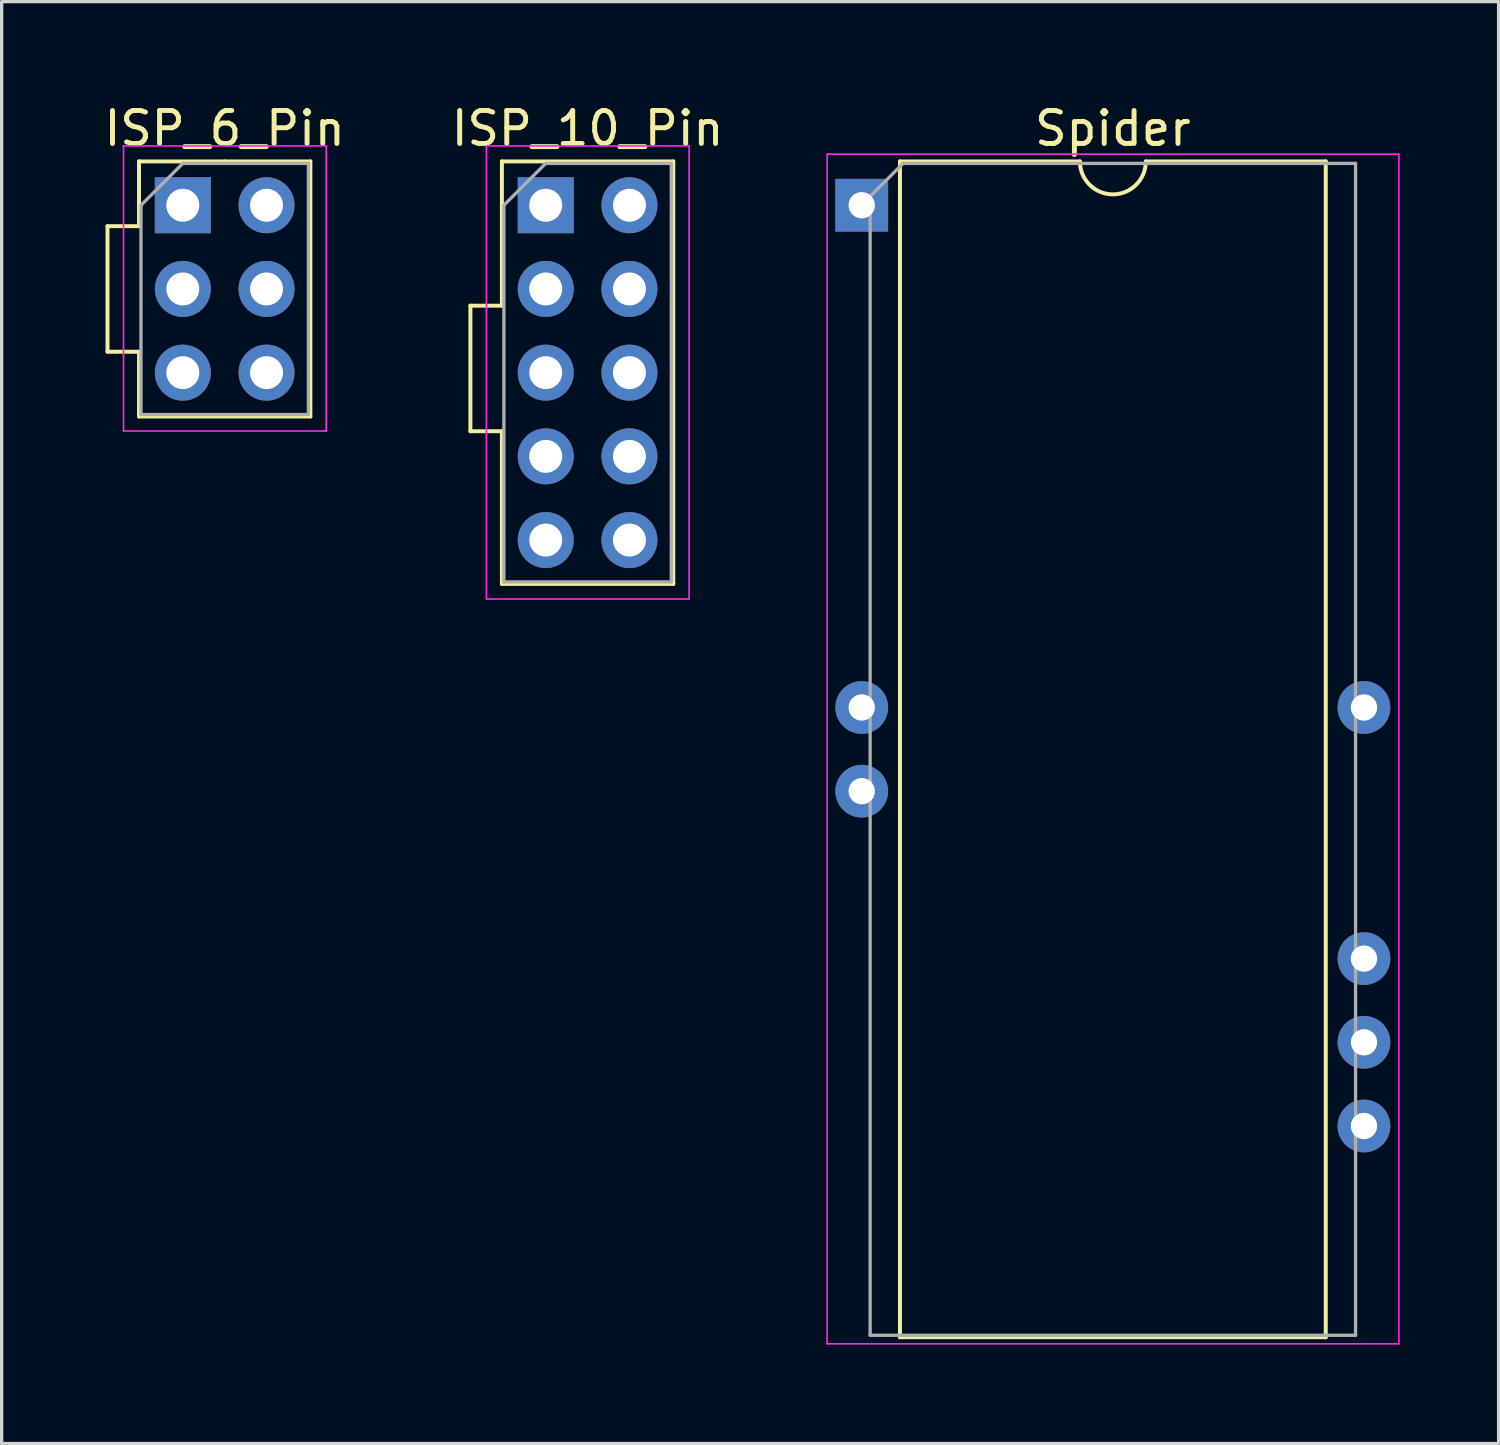
<source format=kicad_pcb>
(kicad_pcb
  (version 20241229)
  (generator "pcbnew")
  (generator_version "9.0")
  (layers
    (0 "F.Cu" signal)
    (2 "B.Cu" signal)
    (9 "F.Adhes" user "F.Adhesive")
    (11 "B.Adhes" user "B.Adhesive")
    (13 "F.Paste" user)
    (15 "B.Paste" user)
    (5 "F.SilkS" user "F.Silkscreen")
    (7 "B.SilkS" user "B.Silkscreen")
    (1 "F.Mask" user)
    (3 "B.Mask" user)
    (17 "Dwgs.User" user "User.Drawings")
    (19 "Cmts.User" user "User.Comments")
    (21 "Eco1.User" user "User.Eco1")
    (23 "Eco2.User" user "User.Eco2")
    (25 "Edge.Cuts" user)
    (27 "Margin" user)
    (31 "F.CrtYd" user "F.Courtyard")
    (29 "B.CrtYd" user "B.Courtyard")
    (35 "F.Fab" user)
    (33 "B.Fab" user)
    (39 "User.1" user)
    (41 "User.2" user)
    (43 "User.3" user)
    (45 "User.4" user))
  (footprint "Spider"
    (layer "F.Cu")
    (at 23.099 3.178)
    (property "Reference" "Spider" (at 7.62 -2.33 0) (layer "F.SilkS") (effects (font (size 1 1) (thickness 0.15))))
    (attr through_hole)
    (fp_line (start 1.16 -1.33) (end 1.16 34.35) (stroke (width 0.12) (type solid)) (layer "F.SilkS"))
    (fp_line (start 1.16 34.35) (end 14.08 34.35) (stroke (width 0.12) (type solid)) (layer "F.SilkS"))
    (fp_line (start 6.62 -1.33) (end 1.16 -1.33) (stroke (width 0.12) (type solid)) (layer "F.SilkS"))
    (fp_line (start 14.08 -1.33) (end 8.62 -1.33) (stroke (width 0.12) (type solid)) (layer "F.SilkS"))
    (fp_line (start 14.08 34.35) (end 14.08 -1.33) (stroke (width 0.12) (type solid)) (layer "F.SilkS"))
    (fp_arc (start 8.62 -1.33) (mid 7.62 -0.33) (end 6.62 -1.33) (stroke (width 0.12) (type solid)) (layer "F.SilkS"))
    (fp_line (start -1.05 -1.55) (end -1.05 34.55) (stroke (width 0.05) (type solid)) (layer "F.CrtYd"))
    (fp_line (start -1.05 34.55) (end 16.3 34.55) (stroke (width 0.05) (type solid)) (layer "F.CrtYd"))
    (fp_line (start 16.3 -1.55) (end -1.05 -1.55) (stroke (width 0.05) (type solid)) (layer "F.CrtYd"))
    (fp_line (start 16.3 34.55) (end 16.3 -1.55) (stroke (width 0.05) (type solid)) (layer "F.CrtYd"))
    (fp_line (start 0.255 -0.27) (end 1.255 -1.27) (stroke (width 0.1) (type solid)) (layer "F.Fab"))
    (fp_line (start 0.255 34.29) (end 0.255 -0.27) (stroke (width 0.1) (type solid)) (layer "F.Fab"))
    (fp_line (start 1.255 -1.27) (end 14.985 -1.27) (stroke (width 0.1) (type solid)) (layer "F.Fab"))
    (fp_line (start 14.985 -1.27) (end 14.985 34.29) (stroke (width 0.1) (type solid)) (layer "F.Fab"))
    (fp_line (start 14.985 34.29) (end 0.255 34.29) (stroke (width 0.1) (type solid)) (layer "F.Fab"))
    (pad "1" thru_hole rect (at 0 0) (size 1.6 1.6) (drill 0.8) (layers "*.Cu" "*.Mask"))
    (pad "7" thru_hole oval (at 0 15.24) (size 1.6 1.6) (drill 0.8) (layers "*.Cu" "*.Mask"))
    (pad "8" thru_hole oval (at 0 17.78) (size 1.6 1.6) (drill 0.8) (layers "*.Cu" "*.Mask"))
    (pad "17" thru_hole oval (at 15.24 27.94) (size 1.6 1.6) (drill 0.8) (layers "*.Cu" "*.Mask"))
    (pad "18" thru_hole oval (at 15.24 25.4) (size 1.6 1.6) (drill 0.8) (layers "*.Cu" "*.Mask"))
    (pad "19" thru_hole oval (at 15.24 22.86) (size 1.6 1.6) (drill 0.8) (layers "*.Cu" "*.Mask"))
    (pad "22" thru_hole oval (at 15.24 15.24) (size 1.6 1.6) (drill 0.8) (layers "*.Cu" "*.Mask")))
  (footprint "ISP_10_Pin"
    (layer "F.Cu")
    (at 13.51 3.178)
    (property "Reference" "ISP_10_Pin" (at 1.27 -2.33 0) (layer "F.SilkS") (effects (font (size 1 1) (thickness 0.15))))
    (attr through_hole)
    (fp_line (start -2.286 3.048) (end -2.286 6.858) (stroke (width 0.12) (type solid)) (layer "F.SilkS"))
    (fp_line (start -2.286 3.048) (end -1.33 3.048) (stroke (width 0.12) (type solid)) (layer "F.SilkS"))
    (fp_line (start -2.286 6.858) (end -1.33 6.858) (stroke (width 0.12) (type solid)) (layer "F.SilkS"))
    (fp_line (start -1.33 -1.33) (end -1.33 3.048) (stroke (width 0.12) (type solid)) (layer "F.SilkS"))
    (fp_line (start -1.33 -1.33) (end 3.87 -1.33) (stroke (width 0.12) (type solid)) (layer "F.SilkS"))
    (fp_line (start -1.33 6.858) (end -1.33 11.49) (stroke (width 0.12) (type solid)) (layer "F.SilkS"))
    (fp_line (start -1.33 11.49) (end 3.87 11.49) (stroke (width 0.12) (type solid)) (layer "F.SilkS"))
    (fp_line (start 3.87 -1.33) (end 3.87 11.49) (stroke (width 0.12) (type solid)) (layer "F.SilkS"))
    (fp_line (start -1.8 -1.8) (end -1.8 11.95) (stroke (width 0.05) (type solid)) (layer "F.CrtYd"))
    (fp_line (start -1.8 11.95) (end 4.35 11.95) (stroke (width 0.05) (type solid)) (layer "F.CrtYd"))
    (fp_line (start 4.35 -1.8) (end -1.8 -1.8) (stroke (width 0.05) (type solid)) (layer "F.CrtYd"))
    (fp_line (start 4.35 11.95) (end 4.35 -1.8) (stroke (width 0.05) (type solid)) (layer "F.CrtYd"))
    (fp_line (start -1.27 0) (end 0 -1.27) (stroke (width 0.1) (type solid)) (layer "F.Fab"))
    (fp_line (start -1.27 11.43) (end -1.27 0) (stroke (width 0.1) (type solid)) (layer "F.Fab"))
    (fp_line (start 0 -1.27) (end 3.81 -1.27) (stroke (width 0.1) (type solid)) (layer "F.Fab"))
    (fp_line (start 3.81 -1.27) (end 3.81 11.43) (stroke (width 0.1) (type solid)) (layer "F.Fab"))
    (fp_line (start 3.81 11.43) (end -1.27 11.43) (stroke (width 0.1) (type solid)) (layer "F.Fab"))
    (pad "1" thru_hole rect (at 0 0) (size 1.7 1.7) (drill 1) (layers "*.Cu" "*.Mask"))
    (pad "2" thru_hole oval (at 2.54 0) (size 1.7 1.7) (drill 1) (layers "*.Cu" "*.Mask"))
    (pad "3" thru_hole oval (at 0 2.54) (size 1.7 1.7) (drill 1) (layers "*.Cu" "*.Mask"))
    (pad "4" thru_hole oval (at 2.54 2.54) (size 1.7 1.7) (drill 1) (layers "*.Cu" "*.Mask"))
    (pad "5" thru_hole oval (at 0 5.08) (size 1.7 1.7) (drill 1) (layers "*.Cu" "*.Mask"))
    (pad "6" thru_hole oval (at 2.54 5.08) (size 1.7 1.7) (drill 1) (layers "*.Cu" "*.Mask"))
    (pad "7" thru_hole oval (at 0 7.62) (size 1.7 1.7) (drill 1) (layers "*.Cu" "*.Mask"))
    (pad "8" thru_hole oval (at 2.54 7.62) (size 1.7 1.7) (drill 1) (layers "*.Cu" "*.Mask"))
    (pad "9" thru_hole oval (at 0 10.16) (size 1.7 1.7) (drill 1) (layers "*.Cu" "*.Mask"))
    (pad "10" thru_hole oval (at 2.54 10.16) (size 1.7 1.7) (drill 1) (layers "*.Cu" "*.Mask")))
  (footprint "ISP_6_Pin"
    (layer "F.Cu")
    (at 2.498 3.178)
    (property "Reference" "ISP_6_Pin" (at 1.27 -2.33 180) (layer "F.SilkS") (effects (font (size 1 1) (thickness 0.15))))
    (attr through_hole)
    (fp_line (start -2.286 0.635) (end -2.286 4.445) (stroke (width 0.12) (type solid)) (layer "F.SilkS"))
    (fp_line (start -2.286 4.445) (end -1.33 4.445) (stroke (width 0.12) (type solid)) (layer "F.SilkS"))
    (fp_line (start -1.33 -1.33) (end 1.27 -1.33) (stroke (width 0.12) (type solid)) (layer "F.SilkS"))
    (fp_line (start -1.33 0.635) (end -2.286 0.635) (stroke (width 0.12) (type solid)) (layer "F.SilkS"))
    (fp_line (start -1.33 0.635) (end -1.33 -1.33) (stroke (width 0.12) (type solid)) (layer "F.SilkS"))
    (fp_line (start -1.33 6.41) (end -1.33 4.445) (stroke (width 0.12) (type solid)) (layer "F.SilkS"))
    (fp_line (start -1.33 6.41) (end 3.87 6.41) (stroke (width 0.12) (type solid)) (layer "F.SilkS"))
    (fp_line (start 1.27 -1.33) (end 3.87 -1.33) (stroke (width 0.12) (type solid)) (layer "F.SilkS"))
    (fp_line (start 3.87 -1.33) (end 3.87 6.41) (stroke (width 0.12) (type solid)) (layer "F.SilkS"))
    (fp_line (start -1.8 -1.8) (end -1.8 6.85) (stroke (width 0.05) (type solid)) (layer "F.CrtYd"))
    (fp_line (start -1.8 6.85) (end 4.35 6.85) (stroke (width 0.05) (type solid)) (layer "F.CrtYd"))
    (fp_line (start 4.35 -1.8) (end -1.8 -1.8) (stroke (width 0.05) (type solid)) (layer "F.CrtYd"))
    (fp_line (start 4.35 6.85) (end 4.35 -1.8) (stroke (width 0.05) (type solid)) (layer "F.CrtYd"))
    (fp_line (start -1.27 0) (end 0 -1.27) (stroke (width 0.1) (type solid)) (layer "F.Fab"))
    (fp_line (start -1.27 6.35) (end -1.27 0) (stroke (width 0.1) (type solid)) (layer "F.Fab"))
    (fp_line (start 0 -1.27) (end 3.81 -1.27) (stroke (width 0.1) (type solid)) (layer "F.Fab"))
    (fp_line (start 3.81 -1.27) (end 3.81 6.35) (stroke (width 0.1) (type solid)) (layer "F.Fab"))
    (fp_line (start 3.81 6.35) (end -1.27 6.35) (stroke (width 0.1) (type solid)) (layer "F.Fab"))
    (pad "1" thru_hole rect (at 0 0) (size 1.7 1.7) (drill 1) (layers "*.Cu" "*.Mask"))
    (pad "2" thru_hole oval (at 2.54 0) (size 1.7 1.7) (drill 1) (layers "*.Cu" "*.Mask"))
    (pad "3" thru_hole oval (at 0 2.54) (size 1.7 1.7) (drill 1) (layers "*.Cu" "*.Mask"))
    (pad "4" thru_hole oval (at 2.54 2.54) (size 1.7 1.7) (drill 1) (layers "*.Cu" "*.Mask"))
    (pad "5" thru_hole oval (at 0 5.08) (size 1.7 1.7) (drill 1) (layers "*.Cu" "*.Mask"))
    (pad "6" thru_hole oval (at 2.54 5.08) (size 1.7 1.7) (drill 1) (layers "*.Cu" "*.Mask")))
  (gr_rect
    (start -3 -3)
    (end 42.424 40.753)
    (stroke (width 0.1) (type default))
    (fill no)
    (layer "Edge.Cuts")))
</source>
